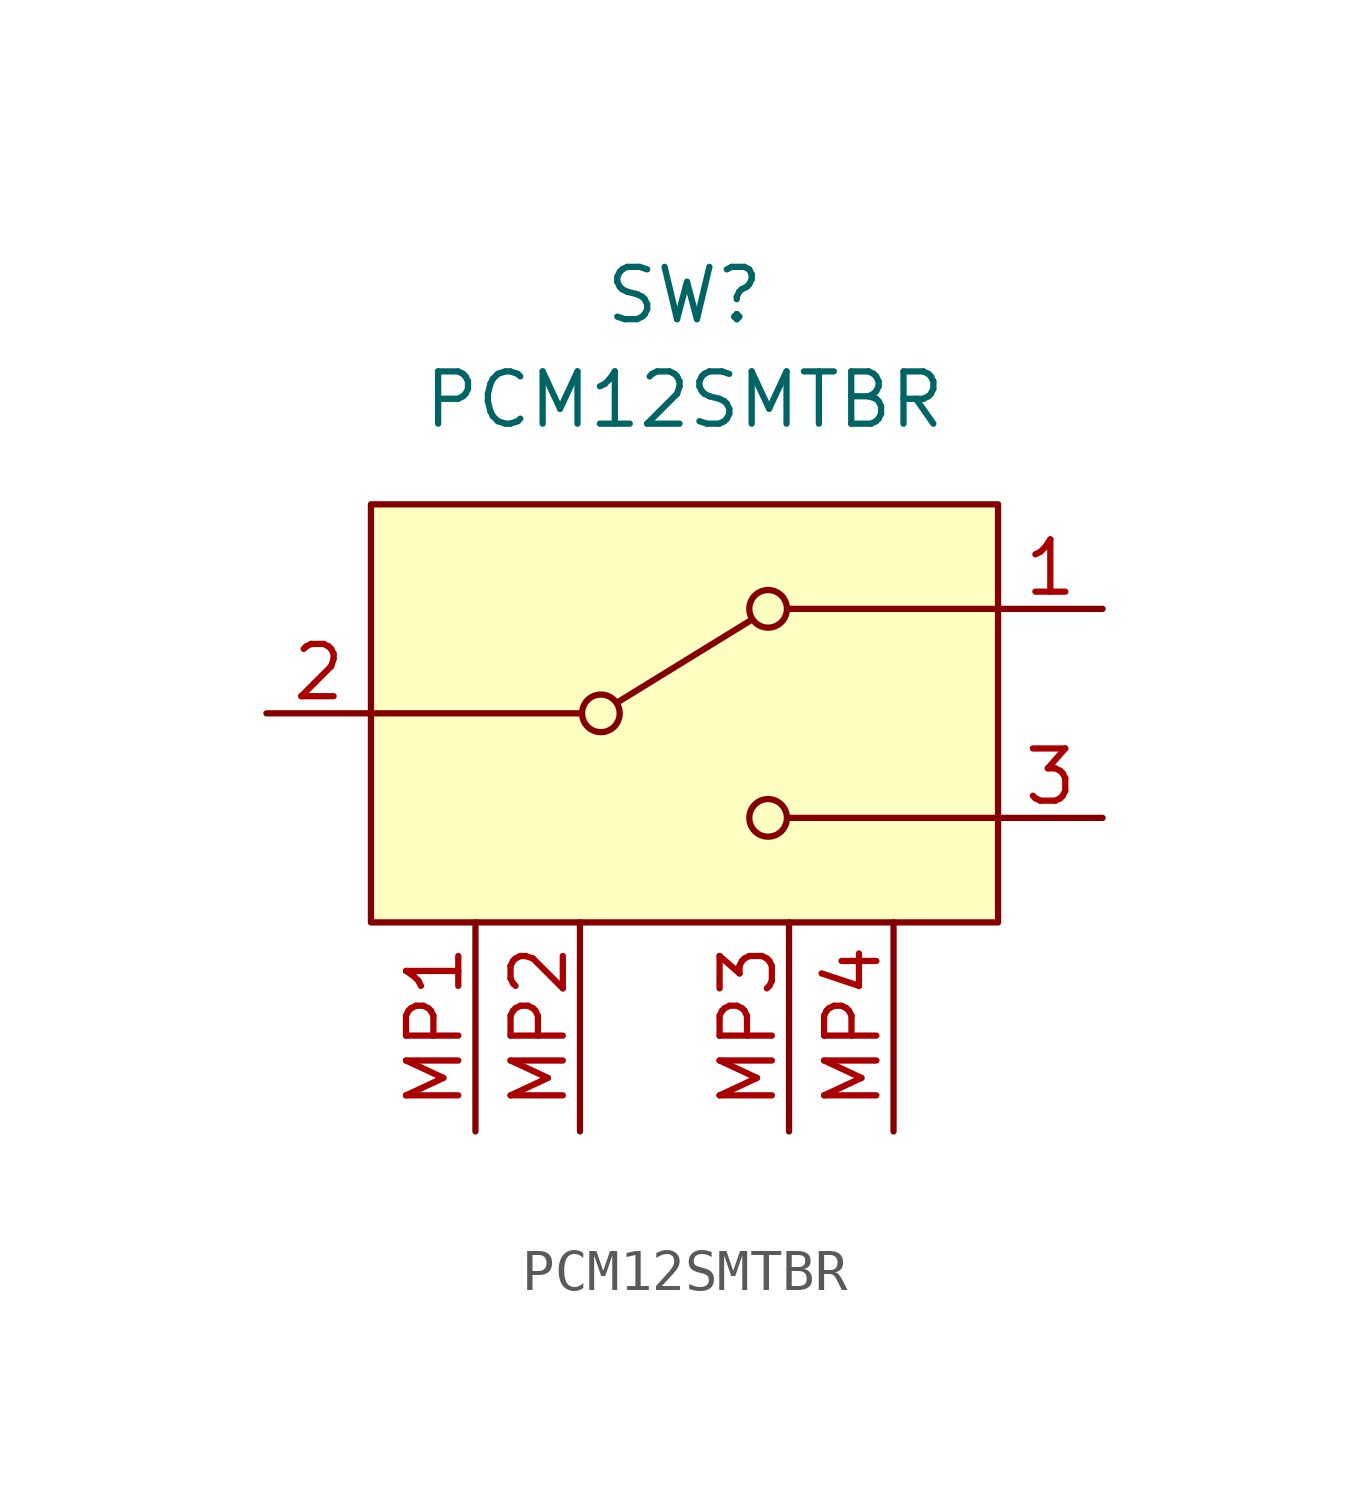
<source format=kicad_sym>
(kicad_symbol_lib
  (version 20231120)
  (generator "kicad_symbol_editor")
  (generator_version "8.0")
  (symbol "PCM12SMTBR"
    (pin_names hide)
    (property "Reference" "SW"
      (at 0 5.08 0)
      (effects (font (size 1.27 1.27))))
    (property "Value" "PCM12SMTBR"
      (at 0 2.54 0)
      (effects (font (size 1.27 1.27))))
    (symbol "PCM12SMTBR_0_1"
      (circle (center -2.032 -5.08) (radius 0.457) (stroke (width 0) (type default)) (fill (type none)))
      (polyline (pts (xy -2.54 -5.08) (xy -7.62 -5.08)) (stroke (width 0) (type default)) (fill (type none)))
      (polyline (pts (xy -1.651 -4.826) (xy 1.651 -2.794)) (stroke (width 0) (type default)) (fill (type none)))
      (polyline (pts (xy 7.62 -7.62) (xy 2.54 -7.62)) (stroke (width 0) (type default)) (fill (type none)))
      (polyline (pts (xy 7.62 -2.54) (xy 2.54 -2.54)) (stroke (width 0) (type default)) (fill (type none)))
      (circle (center 2.032 -7.62) (radius 0.457) (stroke (width 0) (type default)) (fill (type none)))
      (circle (center 2.032 -2.54) (radius 0.457) (stroke (width 0) (type default)) (fill (type none))))
    (symbol "PCM12SMTBR_1_1"
      (rectangle (start -7.62 0) (end 7.62 -10.16) (stroke (width 0) (type default)) (fill (type background)))
      (pin passive line (at 10.16 -2.54 180) (length 2.54) (name "A" (effects (font (size 1.27 1.27)))) (number "1" (effects (font (size 1.27 1.27)))))
      (pin passive line (at -10.16 -5.08 0) (length 2.54) (name "B" (effects (font (size 1.27 1.27)))) (number "2" (effects (font (size 1.27 1.27)))))
      (pin passive line (at 10.16 -7.62 180) (length 2.54) (name "C" (effects (font (size 1.27 1.27)))) (number "3" (effects (font (size 1.27 1.27)))))
      (pin passive line (at -5.08 -15.24 90) (length 5.08) (name "MP1" (effects (font (size 1.27 1.27)))) (number "MP1" (effects (font (size 1.27 1.27)))))
      (pin passive line (at -2.54 -15.24 90) (length 5.08) (name "MP2" (effects (font (size 1.27 1.27)))) (number "MP2" (effects (font (size 1.27 1.27)))))
      (pin passive line (at 2.54 -15.24 90) (length 5.08) (name "MP3" (effects (font (size 1.27 1.27)))) (number "MP3" (effects (font (size 1.27 1.27)))))
      (pin passive line (at 5.08 -15.24 90) (length 5.08) (name "MP4" (effects (font (size 1.27 1.27)))) (number "MP4" (effects (font (size 1.27 1.27))))))))
</source>
